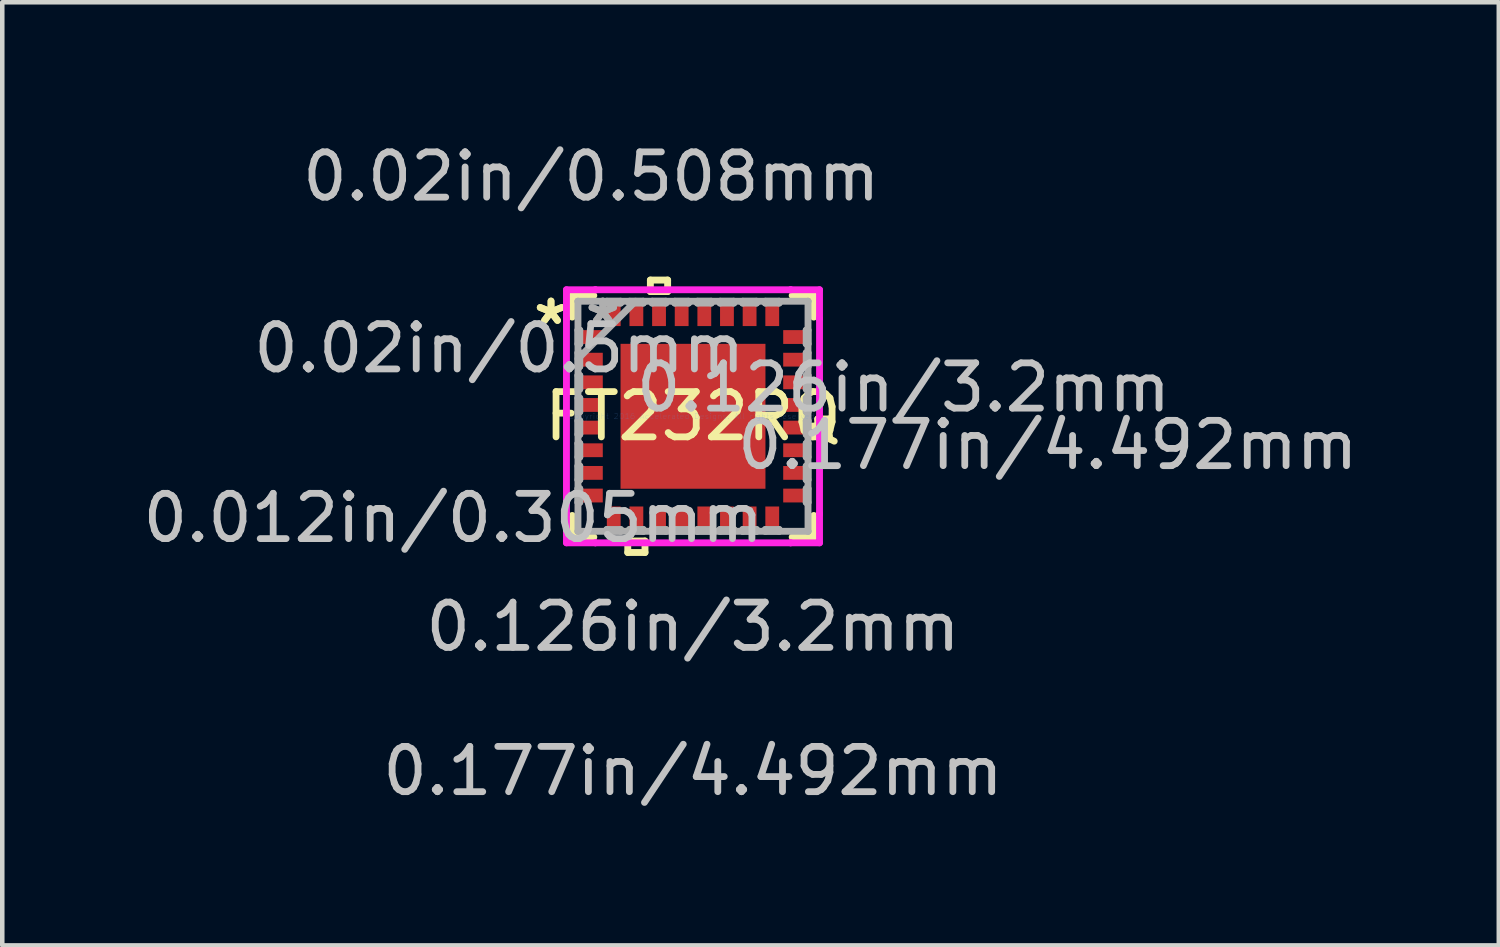
<source format=kicad_pcb>
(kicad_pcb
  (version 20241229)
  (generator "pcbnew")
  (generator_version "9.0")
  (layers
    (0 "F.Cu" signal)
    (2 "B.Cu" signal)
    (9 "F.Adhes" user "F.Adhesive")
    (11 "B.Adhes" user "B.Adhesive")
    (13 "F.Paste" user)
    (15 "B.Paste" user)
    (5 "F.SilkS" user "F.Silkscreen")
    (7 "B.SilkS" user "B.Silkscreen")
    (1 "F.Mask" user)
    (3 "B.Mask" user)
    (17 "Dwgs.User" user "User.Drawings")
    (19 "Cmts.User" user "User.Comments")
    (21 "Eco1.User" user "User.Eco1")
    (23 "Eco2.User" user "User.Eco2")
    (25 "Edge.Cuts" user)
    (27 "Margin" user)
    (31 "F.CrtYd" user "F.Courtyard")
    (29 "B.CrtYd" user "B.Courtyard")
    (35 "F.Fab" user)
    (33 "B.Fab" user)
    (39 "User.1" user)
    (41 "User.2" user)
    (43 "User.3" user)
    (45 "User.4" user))
  (footprint "FT232RQ"
    (layer "F.Cu")
    (at 12.252 6.142)
    (property "Reference" "FT232RQ" (at 0 0 0) (layer "F.SilkS") (effects (font (size 1 1) (thickness 0.15))))
    (attr through_hole)
    (fp_line (start -2.667 -2.667) (end -2.667 -2.19) (stroke (width 0.152) (type solid)) (layer "F.SilkS"))
    (fp_line (start -2.667 2.19) (end -2.667 2.667) (stroke (width 0.152) (type solid)) (layer "F.SilkS"))
    (fp_line (start -2.667 2.667) (end -2.19 2.667) (stroke (width 0.152) (type solid)) (layer "F.SilkS"))
    (fp_line (start -2.19 -2.667) (end -2.667 -2.667) (stroke (width 0.152) (type solid)) (layer "F.SilkS"))
    (fp_line (start -1.44 2.754) (end -1.44 3.008) (stroke (width 0.152) (type solid)) (layer "F.SilkS"))
    (fp_line (start -1.44 3.008) (end -1.06 3.008) (stroke (width 0.152) (type solid)) (layer "F.SilkS"))
    (fp_line (start -1.06 2.754) (end -1.44 2.754) (stroke (width 0.152) (type solid)) (layer "F.SilkS"))
    (fp_line (start -1.06 3.008) (end -1.06 2.754) (stroke (width 0.152) (type solid)) (layer "F.SilkS"))
    (fp_line (start -0.941 -3.008) (end -0.56 -3.008) (stroke (width 0.152) (type solid)) (layer "F.SilkS"))
    (fp_line (start -0.941 -2.754) (end -0.941 -3.008) (stroke (width 0.152) (type solid)) (layer "F.SilkS"))
    (fp_line (start -0.56 -3.008) (end -0.56 -2.754) (stroke (width 0.152) (type solid)) (layer "F.SilkS"))
    (fp_line (start -0.56 -2.754) (end -0.941 -2.754) (stroke (width 0.152) (type solid)) (layer "F.SilkS"))
    (fp_line (start 2.19 2.667) (end 2.667 2.667) (stroke (width 0.152) (type solid)) (layer "F.SilkS"))
    (fp_line (start 2.667 -2.667) (end 2.19 -2.667) (stroke (width 0.152) (type solid)) (layer "F.SilkS"))
    (fp_line (start 2.667 -2.19) (end 2.667 -2.667) (stroke (width 0.152) (type solid)) (layer "F.SilkS"))
    (fp_line (start 2.667 2.667) (end 2.667 2.19) (stroke (width 0.152) (type solid)) (layer "F.SilkS"))
    (fp_line (start 2.754 0.059) (end 3.008 0.059) (stroke (width 0.152) (type solid)) (layer "F.SilkS"))
    (fp_line (start 2.754 0.441) (end 2.754 0.059) (stroke (width 0.152) (type solid)) (layer "F.SilkS"))
    (fp_line (start 3.008 0.059) (end 3.008 0.441) (stroke (width 0.152) (type solid)) (layer "F.SilkS"))
    (fp_line (start 3.008 0.441) (end 2.754 0.441) (stroke (width 0.152) (type solid)) (layer "F.SilkS"))
    (fp_line (start -1.5 -1.5) (end -1.5 -0.1) (stroke (width 0.152) (type solid)) (layer "F.Paste"))
    (fp_line (start -1.5 -0.1) (end -0.1 -0.1) (stroke (width 0.152) (type solid)) (layer "F.Paste"))
    (fp_line (start -1.5 0.1) (end -1.5 1.5) (stroke (width 0.152) (type solid)) (layer "F.Paste"))
    (fp_line (start -1.5 1.5) (end -0.1 1.5) (stroke (width 0.152) (type solid)) (layer "F.Paste"))
    (fp_line (start -0.1 -1.5) (end -1.5 -1.5) (stroke (width 0.152) (type solid)) (layer "F.Paste"))
    (fp_line (start -0.1 -0.1) (end -0.1 -1.5) (stroke (width 0.152) (type solid)) (layer "F.Paste"))
    (fp_line (start -0.1 0.1) (end -1.5 0.1) (stroke (width 0.152) (type solid)) (layer "F.Paste"))
    (fp_line (start -0.1 1.5) (end -0.1 0.1) (stroke (width 0.152) (type solid)) (layer "F.Paste"))
    (fp_line (start 0.1 -1.5) (end 0.1 -0.1) (stroke (width 0.152) (type solid)) (layer "F.Paste"))
    (fp_line (start 0.1 -0.1) (end 1.5 -0.1) (stroke (width 0.152) (type solid)) (layer "F.Paste"))
    (fp_line (start 0.1 0.1) (end 0.1 1.5) (stroke (width 0.152) (type solid)) (layer "F.Paste"))
    (fp_line (start 0.1 1.5) (end 1.5 1.5) (stroke (width 0.152) (type solid)) (layer "F.Paste"))
    (fp_line (start 1.5 -1.5) (end 0.1 -1.5) (stroke (width 0.152) (type solid)) (layer "F.Paste"))
    (fp_line (start 1.5 -0.1) (end 1.5 -1.5) (stroke (width 0.152) (type solid)) (layer "F.Paste"))
    (fp_line (start 1.5 0.1) (end 0.1 0.1) (stroke (width 0.152) (type solid)) (layer "F.Paste"))
    (fp_line (start 1.5 1.5) (end 1.5 0.1) (stroke (width 0.152) (type solid)) (layer "F.Paste"))
    (fp_line (start -2.794 -2.794) (end -2.156 -2.794) (stroke (width 0.152) (type solid)) (layer "F.CrtYd"))
    (fp_line (start -2.794 -2.156) (end -2.794 -2.794) (stroke (width 0.152) (type solid)) (layer "F.CrtYd"))
    (fp_line (start -2.794 -2.156) (end -2.794 -2.156) (stroke (width 0.152) (type solid)) (layer "F.CrtYd"))
    (fp_line (start -2.794 2.156) (end -2.794 -2.156) (stroke (width 0.152) (type solid)) (layer "F.CrtYd"))
    (fp_line (start -2.794 2.156) (end -2.794 2.156) (stroke (width 0.152) (type solid)) (layer "F.CrtYd"))
    (fp_line (start -2.794 2.794) (end -2.794 2.156) (stroke (width 0.152) (type solid)) (layer "F.CrtYd"))
    (fp_line (start -2.156 -2.794) (end -2.156 -2.794) (stroke (width 0.152) (type solid)) (layer "F.CrtYd"))
    (fp_line (start -2.156 -2.794) (end 2.156 -2.794) (stroke (width 0.152) (type solid)) (layer "F.CrtYd"))
    (fp_line (start -2.156 2.794) (end -2.794 2.794) (stroke (width 0.152) (type solid)) (layer "F.CrtYd"))
    (fp_line (start -2.156 2.794) (end -2.156 2.794) (stroke (width 0.152) (type solid)) (layer "F.CrtYd"))
    (fp_line (start 2.156 -2.794) (end 2.156 -2.794) (stroke (width 0.152) (type solid)) (layer "F.CrtYd"))
    (fp_line (start 2.156 -2.794) (end 2.794 -2.794) (stroke (width 0.152) (type solid)) (layer "F.CrtYd"))
    (fp_line (start 2.156 2.794) (end -2.156 2.794) (stroke (width 0.152) (type solid)) (layer "F.CrtYd"))
    (fp_line (start 2.156 2.794) (end 2.156 2.794) (stroke (width 0.152) (type solid)) (layer "F.CrtYd"))
    (fp_line (start 2.794 -2.794) (end 2.794 -2.156) (stroke (width 0.152) (type solid)) (layer "F.CrtYd"))
    (fp_line (start 2.794 -2.156) (end 2.794 -2.156) (stroke (width 0.152) (type solid)) (layer "F.CrtYd"))
    (fp_line (start 2.794 -2.156) (end 2.794 2.156) (stroke (width 0.152) (type solid)) (layer "F.CrtYd"))
    (fp_line (start 2.794 2.156) (end 2.794 2.156) (stroke (width 0.152) (type solid)) (layer "F.CrtYd"))
    (fp_line (start 2.794 2.156) (end 2.794 2.794) (stroke (width 0.152) (type solid)) (layer "F.CrtYd"))
    (fp_line (start 2.794 2.794) (end 2.156 2.794) (stroke (width 0.152) (type solid)) (layer "F.CrtYd"))
    (fp_line (start -2.54 -2.54) (end -2.54 -2.54) (stroke (width 0.152) (type solid)) (layer "F.Fab"))
    (fp_line (start -2.54 -2.54) (end -2.54 2.54) (stroke (width 0.152) (type solid)) (layer "F.Fab"))
    (fp_line (start -2.54 -1.902) (end -2.5 -1.902) (stroke (width 0.152) (type solid)) (layer "F.Fab"))
    (fp_line (start -2.54 -1.598) (end -2.54 -1.902) (stroke (width 0.152) (type solid)) (layer "F.Fab"))
    (fp_line (start -2.54 -1.402) (end -2.5 -1.402) (stroke (width 0.152) (type solid)) (layer "F.Fab"))
    (fp_line (start -2.54 -1.27) (end -1.27 -2.54) (stroke (width 0.152) (type solid)) (layer "F.Fab"))
    (fp_line (start -2.54 -1.098) (end -2.54 -1.402) (stroke (width 0.152) (type solid)) (layer "F.Fab"))
    (fp_line (start -2.54 -0.902) (end -2.5 -0.902) (stroke (width 0.152) (type solid)) (layer "F.Fab"))
    (fp_line (start -2.54 -0.598) (end -2.54 -0.902) (stroke (width 0.152) (type solid)) (layer "F.Fab"))
    (fp_line (start -2.54 -0.402) (end -2.5 -0.402) (stroke (width 0.152) (type solid)) (layer "F.Fab"))
    (fp_line (start -2.54 -0.098) (end -2.54 -0.402) (stroke (width 0.152) (type solid)) (layer "F.Fab"))
    (fp_line (start -2.54 0.098) (end -2.5 0.098) (stroke (width 0.152) (type solid)) (layer "F.Fab"))
    (fp_line (start -2.54 0.402) (end -2.54 0.098) (stroke (width 0.152) (type solid)) (layer "F.Fab"))
    (fp_line (start -2.54 0.598) (end -2.5 0.598) (stroke (width 0.152) (type solid)) (layer "F.Fab"))
    (fp_line (start -2.54 0.902) (end -2.54 0.598) (stroke (width 0.152) (type solid)) (layer "F.Fab"))
    (fp_line (start -2.54 1.098) (end -2.5 1.098) (stroke (width 0.152) (type solid)) (layer "F.Fab"))
    (fp_line (start -2.54 1.402) (end -2.54 1.098) (stroke (width 0.152) (type solid)) (layer "F.Fab"))
    (fp_line (start -2.54 1.598) (end -2.5 1.598) (stroke (width 0.152) (type solid)) (layer "F.Fab"))
    (fp_line (start -2.54 1.902) (end -2.54 1.598) (stroke (width 0.152) (type solid)) (layer "F.Fab"))
    (fp_line (start -2.54 2.54) (end -2.54 2.54) (stroke (width 0.152) (type solid)) (layer "F.Fab"))
    (fp_line (start -2.54 2.54) (end 2.54 2.54) (stroke (width 0.152) (type solid)) (layer "F.Fab"))
    (fp_line (start -2.5 -1.902) (end -2.5 -1.598) (stroke (width 0.152) (type solid)) (layer "F.Fab"))
    (fp_line (start -2.5 -1.598) (end -2.54 -1.598) (stroke (width 0.152) (type solid)) (layer "F.Fab"))
    (fp_line (start -2.5 -1.402) (end -2.5 -1.098) (stroke (width 0.152) (type solid)) (layer "F.Fab"))
    (fp_line (start -2.5 -1.098) (end -2.54 -1.098) (stroke (width 0.152) (type solid)) (layer "F.Fab"))
    (fp_line (start -2.5 -0.902) (end -2.5 -0.598) (stroke (width 0.152) (type solid)) (layer "F.Fab"))
    (fp_line (start -2.5 -0.598) (end -2.54 -0.598) (stroke (width 0.152) (type solid)) (layer "F.Fab"))
    (fp_line (start -2.5 -0.402) (end -2.5 -0.098) (stroke (width 0.152) (type solid)) (layer "F.Fab"))
    (fp_line (start -2.5 -0.098) (end -2.54 -0.098) (stroke (width 0.152) (type solid)) (layer "F.Fab"))
    (fp_line (start -2.5 0.098) (end -2.5 0.402) (stroke (width 0.152) (type solid)) (layer "F.Fab"))
    (fp_line (start -2.5 0.402) (end -2.54 0.402) (stroke (width 0.152) (type solid)) (layer "F.Fab"))
    (fp_line (start -2.5 0.598) (end -2.5 0.902) (stroke (width 0.152) (type solid)) (layer "F.Fab"))
    (fp_line (start -2.5 0.902) (end -2.54 0.902) (stroke (width 0.152) (type solid)) (layer "F.Fab"))
    (fp_line (start -2.5 1.098) (end -2.5 1.402) (stroke (width 0.152) (type solid)) (layer "F.Fab"))
    (fp_line (start -2.5 1.402) (end -2.54 1.402) (stroke (width 0.152) (type solid)) (layer "F.Fab"))
    (fp_line (start -2.5 1.598) (end -2.5 1.902) (stroke (width 0.152) (type solid)) (layer "F.Fab"))
    (fp_line (start -2.5 1.902) (end -2.54 1.902) (stroke (width 0.152) (type solid)) (layer "F.Fab"))
    (fp_line (start -1.902 -2.54) (end -1.598 -2.54) (stroke (width 0.152) (type solid)) (layer "F.Fab"))
    (fp_line (start -1.902 -2.5) (end -1.902 -2.54) (stroke (width 0.152) (type solid)) (layer "F.Fab"))
    (fp_line (start -1.902 2.5) (end -1.598 2.5) (stroke (width 0.152) (type solid)) (layer "F.Fab"))
    (fp_line (start -1.902 2.54) (end -1.902 2.5) (stroke (width 0.152) (type solid)) (layer "F.Fab"))
    (fp_line (start -1.598 -2.54) (end -1.598 -2.5) (stroke (width 0.152) (type solid)) (layer "F.Fab"))
    (fp_line (start -1.598 -2.5) (end -1.902 -2.5) (stroke (width 0.152) (type solid)) (layer "F.Fab"))
    (fp_line (start -1.598 2.5) (end -1.598 2.54) (stroke (width 0.152) (type solid)) (layer "F.Fab"))
    (fp_line (start -1.598 2.54) (end -1.902 2.54) (stroke (width 0.152) (type solid)) (layer "F.Fab"))
    (fp_line (start -1.402 -2.54) (end -1.098 -2.54) (stroke (width 0.152) (type solid)) (layer "F.Fab"))
    (fp_line (start -1.402 -2.5) (end -1.402 -2.54) (stroke (width 0.152) (type solid)) (layer "F.Fab"))
    (fp_line (start -1.402 2.5) (end -1.098 2.5) (stroke (width 0.152) (type solid)) (layer "F.Fab"))
    (fp_line (start -1.402 2.54) (end -1.402 2.5) (stroke (width 0.152) (type solid)) (layer "F.Fab"))
    (fp_line (start -1.098 -2.54) (end -1.098 -2.5) (stroke (width 0.152) (type solid)) (layer "F.Fab"))
    (fp_line (start -1.098 -2.5) (end -1.402 -2.5) (stroke (width 0.152) (type solid)) (layer "F.Fab"))
    (fp_line (start -1.098 2.5) (end -1.098 2.54) (stroke (width 0.152) (type solid)) (layer "F.Fab"))
    (fp_line (start -1.098 2.54) (end -1.402 2.54) (stroke (width 0.152) (type solid)) (layer "F.Fab"))
    (fp_line (start -0.902 -2.54) (end -0.598 -2.54) (stroke (width 0.152) (type solid)) (layer "F.Fab"))
    (fp_line (start -0.902 -2.5) (end -0.902 -2.54) (stroke (width 0.152) (type solid)) (layer "F.Fab"))
    (fp_line (start -0.902 2.5) (end -0.598 2.5) (stroke (width 0.152) (type solid)) (layer "F.Fab"))
    (fp_line (start -0.902 2.54) (end -0.902 2.5) (stroke (width 0.152) (type solid)) (layer "F.Fab"))
    (fp_line (start -0.598 -2.54) (end -0.598 -2.5) (stroke (width 0.152) (type solid)) (layer "F.Fab"))
    (fp_line (start -0.598 -2.5) (end -0.902 -2.5) (stroke (width 0.152) (type solid)) (layer "F.Fab"))
    (fp_line (start -0.598 2.5) (end -0.598 2.54) (stroke (width 0.152) (type solid)) (layer "F.Fab"))
    (fp_line (start -0.598 2.54) (end -0.902 2.54) (stroke (width 0.152) (type solid)) (layer "F.Fab"))
    (fp_line (start -0.402 -2.54) (end -0.098 -2.54) (stroke (width 0.152) (type solid)) (layer "F.Fab"))
    (fp_line (start -0.402 -2.5) (end -0.402 -2.54) (stroke (width 0.152) (type solid)) (layer "F.Fab"))
    (fp_line (start -0.402 2.5) (end -0.098 2.5) (stroke (width 0.152) (type solid)) (layer "F.Fab"))
    (fp_line (start -0.402 2.54) (end -0.402 2.5) (stroke (width 0.152) (type solid)) (layer "F.Fab"))
    (fp_line (start -0.098 -2.54) (end -0.098 -2.5) (stroke (width 0.152) (type solid)) (layer "F.Fab"))
    (fp_line (start -0.098 -2.5) (end -0.402 -2.5) (stroke (width 0.152) (type solid)) (layer "F.Fab"))
    (fp_line (start -0.098 2.5) (end -0.098 2.54) (stroke (width 0.152) (type solid)) (layer "F.Fab"))
    (fp_line (start -0.098 2.54) (end -0.402 2.54) (stroke (width 0.152) (type solid)) (layer "F.Fab"))
    (fp_line (start 0.098 -2.54) (end 0.402 -2.54) (stroke (width 0.152) (type solid)) (layer "F.Fab"))
    (fp_line (start 0.098 -2.5) (end 0.098 -2.54) (stroke (width 0.152) (type solid)) (layer "F.Fab"))
    (fp_line (start 0.098 2.5) (end 0.402 2.5) (stroke (width 0.152) (type solid)) (layer "F.Fab"))
    (fp_line (start 0.098 2.54) (end 0.098 2.5) (stroke (width 0.152) (type solid)) (layer "F.Fab"))
    (fp_line (start 0.402 -2.54) (end 0.402 -2.5) (stroke (width 0.152) (type solid)) (layer "F.Fab"))
    (fp_line (start 0.402 -2.5) (end 0.098 -2.5) (stroke (width 0.152) (type solid)) (layer "F.Fab"))
    (fp_line (start 0.402 2.5) (end 0.402 2.54) (stroke (width 0.152) (type solid)) (layer "F.Fab"))
    (fp_line (start 0.402 2.54) (end 0.098 2.54) (stroke (width 0.152) (type solid)) (layer "F.Fab"))
    (fp_line (start 0.598 -2.54) (end 0.902 -2.54) (stroke (width 0.152) (type solid)) (layer "F.Fab"))
    (fp_line (start 0.598 -2.5) (end 0.598 -2.54) (stroke (width 0.152) (type solid)) (layer "F.Fab"))
    (fp_line (start 0.598 2.5) (end 0.902 2.5) (stroke (width 0.152) (type solid)) (layer "F.Fab"))
    (fp_line (start 0.598 2.54) (end 0.598 2.5) (stroke (width 0.152) (type solid)) (layer "F.Fab"))
    (fp_line (start 0.902 -2.54) (end 0.902 -2.5) (stroke (width 0.152) (type solid)) (layer "F.Fab"))
    (fp_line (start 0.902 -2.5) (end 0.598 -2.5) (stroke (width 0.152) (type solid)) (layer "F.Fab"))
    (fp_line (start 0.902 2.5) (end 0.902 2.54) (stroke (width 0.152) (type solid)) (layer "F.Fab"))
    (fp_line (start 0.902 2.54) (end 0.598 2.54) (stroke (width 0.152) (type solid)) (layer "F.Fab"))
    (fp_line (start 1.098 -2.54) (end 1.402 -2.54) (stroke (width 0.152) (type solid)) (layer "F.Fab"))
    (fp_line (start 1.098 -2.5) (end 1.098 -2.54) (stroke (width 0.152) (type solid)) (layer "F.Fab"))
    (fp_line (start 1.098 2.5) (end 1.402 2.5) (stroke (width 0.152) (type solid)) (layer "F.Fab"))
    (fp_line (start 1.098 2.54) (end 1.098 2.5) (stroke (width 0.152) (type solid)) (layer "F.Fab"))
    (fp_line (start 1.402 -2.54) (end 1.402 -2.5) (stroke (width 0.152) (type solid)) (layer "F.Fab"))
    (fp_line (start 1.402 -2.5) (end 1.098 -2.5) (stroke (width 0.152) (type solid)) (layer "F.Fab"))
    (fp_line (start 1.402 2.5) (end 1.402 2.54) (stroke (width 0.152) (type solid)) (layer "F.Fab"))
    (fp_line (start 1.402 2.54) (end 1.098 2.54) (stroke (width 0.152) (type solid)) (layer "F.Fab"))
    (fp_line (start 1.598 -2.54) (end 1.902 -2.54) (stroke (width 0.152) (type solid)) (layer "F.Fab"))
    (fp_line (start 1.598 -2.5) (end 1.598 -2.54) (stroke (width 0.152) (type solid)) (layer "F.Fab"))
    (fp_line (start 1.598 2.5) (end 1.902 2.5) (stroke (width 0.152) (type solid)) (layer "F.Fab"))
    (fp_line (start 1.598 2.54) (end 1.598 2.5) (stroke (width 0.152) (type solid)) (layer "F.Fab"))
    (fp_line (start 1.902 -2.54) (end 1.902 -2.5) (stroke (width 0.152) (type solid)) (layer "F.Fab"))
    (fp_line (start 1.902 -2.5) (end 1.598 -2.5) (stroke (width 0.152) (type solid)) (layer "F.Fab"))
    (fp_line (start 1.902 2.5) (end 1.902 2.54) (stroke (width 0.152) (type solid)) (layer "F.Fab"))
    (fp_line (start 1.902 2.54) (end 1.598 2.54) (stroke (width 0.152) (type solid)) (layer "F.Fab"))
    (fp_line (start 2.5 -1.902) (end 2.54 -1.902) (stroke (width 0.152) (type solid)) (layer "F.Fab"))
    (fp_line (start 2.5 -1.598) (end 2.5 -1.902) (stroke (width 0.152) (type solid)) (layer "F.Fab"))
    (fp_line (start 2.5 -1.402) (end 2.54 -1.402) (stroke (width 0.152) (type solid)) (layer "F.Fab"))
    (fp_line (start 2.5 -1.098) (end 2.5 -1.402) (stroke (width 0.152) (type solid)) (layer "F.Fab"))
    (fp_line (start 2.5 -0.902) (end 2.54 -0.902) (stroke (width 0.152) (type solid)) (layer "F.Fab"))
    (fp_line (start 2.5 -0.598) (end 2.5 -0.902) (stroke (width 0.152) (type solid)) (layer "F.Fab"))
    (fp_line (start 2.5 -0.402) (end 2.54 -0.402) (stroke (width 0.152) (type solid)) (layer "F.Fab"))
    (fp_line (start 2.5 -0.098) (end 2.5 -0.402) (stroke (width 0.152) (type solid)) (layer "F.Fab"))
    (fp_line (start 2.5 0.098) (end 2.54 0.098) (stroke (width 0.152) (type solid)) (layer "F.Fab"))
    (fp_line (start 2.5 0.402) (end 2.5 0.098) (stroke (width 0.152) (type solid)) (layer "F.Fab"))
    (fp_line (start 2.5 0.598) (end 2.54 0.598) (stroke (width 0.152) (type solid)) (layer "F.Fab"))
    (fp_line (start 2.5 0.902) (end 2.5 0.598) (stroke (width 0.152) (type solid)) (layer "F.Fab"))
    (fp_line (start 2.5 1.098) (end 2.54 1.098) (stroke (width 0.152) (type solid)) (layer "F.Fab"))
    (fp_line (start 2.5 1.402) (end 2.5 1.098) (stroke (width 0.152) (type solid)) (layer "F.Fab"))
    (fp_line (start 2.5 1.598) (end 2.54 1.598) (stroke (width 0.152) (type solid)) (layer "F.Fab"))
    (fp_line (start 2.5 1.902) (end 2.5 1.598) (stroke (width 0.152) (type solid)) (layer "F.Fab"))
    (fp_line (start 2.54 -2.54) (end -2.54 -2.54) (stroke (width 0.152) (type solid)) (layer "F.Fab"))
    (fp_line (start 2.54 -2.54) (end 2.54 -2.54) (stroke (width 0.152) (type solid)) (layer "F.Fab"))
    (fp_line (start 2.54 -1.902) (end 2.54 -1.598) (stroke (width 0.152) (type solid)) (layer "F.Fab"))
    (fp_line (start 2.54 -1.598) (end 2.5 -1.598) (stroke (width 0.152) (type solid)) (layer "F.Fab"))
    (fp_line (start 2.54 -1.402) (end 2.54 -1.098) (stroke (width 0.152) (type solid)) (layer "F.Fab"))
    (fp_line (start 2.54 -1.098) (end 2.5 -1.098) (stroke (width 0.152) (type solid)) (layer "F.Fab"))
    (fp_line (start 2.54 -0.902) (end 2.54 -0.598) (stroke (width 0.152) (type solid)) (layer "F.Fab"))
    (fp_line (start 2.54 -0.598) (end 2.5 -0.598) (stroke (width 0.152) (type solid)) (layer "F.Fab"))
    (fp_line (start 2.54 -0.402) (end 2.54 -0.098) (stroke (width 0.152) (type solid)) (layer "F.Fab"))
    (fp_line (start 2.54 -0.098) (end 2.5 -0.098) (stroke (width 0.152) (type solid)) (layer "F.Fab"))
    (fp_line (start 2.54 0.098) (end 2.54 0.402) (stroke (width 0.152) (type solid)) (layer "F.Fab"))
    (fp_line (start 2.54 0.402) (end 2.5 0.402) (stroke (width 0.152) (type solid)) (layer "F.Fab"))
    (fp_line (start 2.54 0.598) (end 2.54 0.902) (stroke (width 0.152) (type solid)) (layer "F.Fab"))
    (fp_line (start 2.54 0.902) (end 2.5 0.902) (stroke (width 0.152) (type solid)) (layer "F.Fab"))
    (fp_line (start 2.54 1.098) (end 2.54 1.402) (stroke (width 0.152) (type solid)) (layer "F.Fab"))
    (fp_line (start 2.54 1.402) (end 2.5 1.402) (stroke (width 0.152) (type solid)) (layer "F.Fab"))
    (fp_line (start 2.54 1.598) (end 2.54 1.902) (stroke (width 0.152) (type solid)) (layer "F.Fab"))
    (fp_line (start 2.54 1.902) (end 2.5 1.902) (stroke (width 0.152) (type solid)) (layer "F.Fab"))
    (fp_line (start 2.54 2.54) (end 2.54 -2.54) (stroke (width 0.152) (type solid)) (layer "F.Fab"))
    (fp_line (start 2.54 2.54) (end 2.54 2.54) (stroke (width 0.152) (type solid)) (layer "F.Fab"))
    (fp_text user "*" (at -3.135 -2 0) (layer "F.SilkS") (effects (font (size 1 1) (thickness 0.15))))
    (fp_text user "*" (at -3.135 -2 0) (layer "F.SilkS") (effects (font (size 1 1) (thickness 0.15))))
    (fp_text user "0.177in/4.492mm" (at 7.834 0.635 0) (layer "Dwgs.User") (effects (font (size 1 1) (thickness 0.15))))
    (fp_text user "0.02in/0.5mm" (at -4.278 -1.5 0) (layer "Dwgs.User") (effects (font (size 1 1) (thickness 0.15))))
    (fp_text user "0.012in/0.305mm" (at -5.294 2.246 0) (layer "Dwgs.User") (effects (font (size 1 1) (thickness 0.15))))
    (fp_text user "0.177in/4.492mm" (at 0 7.834 0) (layer "Dwgs.User") (effects (font (size 1 1) (thickness 0.15))))
    (fp_text user "0.126in/3.2mm" (at 0 4.648 0) (layer "Dwgs.User") (effects (font (size 1 1) (thickness 0.15))))
    (fp_text user "0.02in/0.508mm" (at -2.246 -5.294 0) (layer "Dwgs.User") (effects (font (size 1 1) (thickness 0.15))))
    (fp_text user "0.126in/3.2mm" (at 4.648 -0.635 0) (layer "Dwgs.User") (effects (font (size 1 1) (thickness 0.15))))
    (fp_text user "Copyright 2016 Accelerated Designs. All rights reserved." (at 0 0 0) (layer "Cmts.User") (effects (font (size 0.127 0.127) (thickness 0.002))))
    (fp_text user "*" (at -1.992 -2 0) (layer "F.Fab") (effects (font (size 1 1) (thickness 0.15))))
    (fp_text user "*" (at -1.992 -2 0) (layer "F.Fab") (effects (font (size 1 1) (thickness 0.15))))
    (pad "1" smd rect (at -2.246 -1.75 90) (size 0.305 0.508) (layers "F.Cu" "F.Mask" "F.Paste"))
    (pad "2" smd rect (at -2.246 -1.25 90) (size 0.305 0.508) (layers "F.Cu" "F.Mask" "F.Paste"))
    (pad "3" smd rect (at -2.246 -0.75 90) (size 0.305 0.508) (layers "F.Cu" "F.Mask" "F.Paste"))
    (pad "4" smd rect (at -2.246 -0.25 90) (size 0.305 0.508) (layers "F.Cu" "F.Mask" "F.Paste"))
    (pad "5" smd rect (at -2.246 0.25 90) (size 0.305 0.508) (layers "F.Cu" "F.Mask" "F.Paste"))
    (pad "6" smd rect (at -2.246 0.75 90) (size 0.305 0.508) (layers "F.Cu" "F.Mask" "F.Paste"))
    (pad "7" smd rect (at -2.246 1.25 90) (size 0.305 0.508) (layers "F.Cu" "F.Mask" "F.Paste"))
    (pad "8" smd rect (at -2.246 1.75 90) (size 0.305 0.508) (layers "F.Cu" "F.Mask" "F.Paste"))
    (pad "9" smd rect (at -1.75 2.246) (size 0.305 0.508) (layers "F.Cu" "F.Mask" "F.Paste"))
    (pad "10" smd rect (at -1.25 2.246) (size 0.305 0.508) (layers "F.Cu" "F.Mask" "F.Paste"))
    (pad "11" smd rect (at -0.75 2.246) (size 0.305 0.508) (layers "F.Cu" "F.Mask" "F.Paste"))
    (pad "12" smd rect (at -0.25 2.246) (size 0.305 0.508) (layers "F.Cu" "F.Mask" "F.Paste"))
    (pad "13" smd rect (at 0.25 2.246) (size 0.305 0.508) (layers "F.Cu" "F.Mask" "F.Paste"))
    (pad "14" smd rect (at 0.75 2.246) (size 0.305 0.508) (layers "F.Cu" "F.Mask" "F.Paste"))
    (pad "15" smd rect (at 1.25 2.246) (size 0.305 0.508) (layers "F.Cu" "F.Mask" "F.Paste"))
    (pad "16" smd rect (at 1.75 2.246) (size 0.305 0.508) (layers "F.Cu" "F.Mask" "F.Paste"))
    (pad "17" smd rect (at 2.246 1.75 90) (size 0.305 0.508) (layers "F.Cu" "F.Mask" "F.Paste"))
    (pad "18" smd rect (at 2.246 1.25 90) (size 0.305 0.508) (layers "F.Cu" "F.Mask" "F.Paste"))
    (pad "19" smd rect (at 2.246 0.75 90) (size 0.305 0.508) (layers "F.Cu" "F.Mask" "F.Paste"))
    (pad "20" smd rect (at 2.246 0.25 90) (size 0.305 0.508) (layers "F.Cu" "F.Mask" "F.Paste"))
    (pad "21" smd rect (at 2.246 -0.25 90) (size 0.305 0.508) (layers "F.Cu" "F.Mask" "F.Paste"))
    (pad "22" smd rect (at 2.246 -0.75 90) (size 0.305 0.508) (layers "F.Cu" "F.Mask" "F.Paste"))
    (pad "23" smd rect (at 2.246 -1.25 90) (size 0.305 0.508) (layers "F.Cu" "F.Mask" "F.Paste"))
    (pad "24" smd rect (at 2.246 -1.75 90) (size 0.305 0.508) (layers "F.Cu" "F.Mask" "F.Paste"))
    (pad "25" smd rect (at 1.75 -2.246) (size 0.305 0.508) (layers "F.Cu" "F.Mask" "F.Paste"))
    (pad "26" smd rect (at 1.25 -2.246) (size 0.305 0.508) (layers "F.Cu" "F.Mask" "F.Paste"))
    (pad "27" smd rect (at 0.75 -2.246) (size 0.305 0.508) (layers "F.Cu" "F.Mask" "F.Paste"))
    (pad "28" smd rect (at 0.25 -2.246) (size 0.305 0.508) (layers "F.Cu" "F.Mask" "F.Paste"))
    (pad "29" smd rect (at -0.25 -2.246) (size 0.305 0.508) (layers "F.Cu" "F.Mask" "F.Paste"))
    (pad "30" smd rect (at -0.75 -2.246) (size 0.305 0.508) (layers "F.Cu" "F.Mask" "F.Paste"))
    (pad "31" smd rect (at -1.25 -2.246) (size 0.305 0.508) (layers "F.Cu" "F.Mask" "F.Paste"))
    (pad "32" smd rect (at -1.75 -2.246) (size 0.305 0.508) (layers "F.Cu" "F.Mask" "F.Paste"))
    (pad "33" smd rect (at 0 0) (size 3.2 3.2) (layers "F.Cu" "F.Mask" "F.Paste")))
  (gr_rect
    (start -3 -3)
    (end 30.045 17.825)
    (stroke (width 0.1) (type default))
    (fill no)
    (layer "Edge.Cuts")))
</source>
